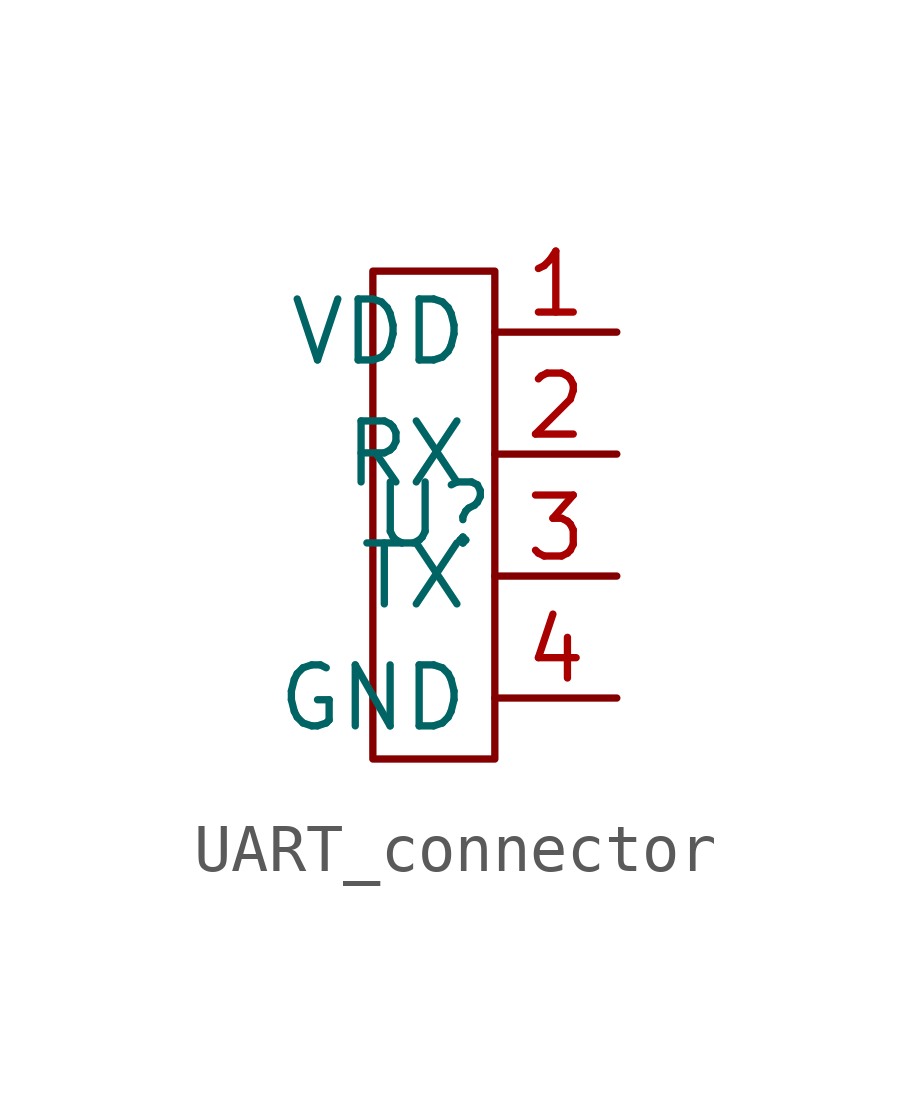
<source format=kicad_sym>
(kicad_symbol_lib
  (version 20241209)
  (generator "kicad_symbol_editor")
  (generator_version "9.0")
  (symbol "UART_connector"
    (property "Reference" "U"
      (at 0 0 0)
      (effects (font (size 1.27 1.27))))
    (property "Value" ""
      (at 0 0 0)
      (effects (font (size 1.27 1.27))))
    (symbol "UART_connector_0_1"
      (rectangle (start -1.27 5.08) (end 1.27 -5.08) (stroke (width 0) (type default)) (fill (type none))))
    (symbol "UART_connector_1_1"
      (pin power_in line (at 3.81 3.81 180) (length 2.54) (name "VDD" (effects (font (size 1.27 1.27)))) (number "1" (effects (font (size 1.27 1.27)))))
      (pin input line (at 3.81 1.27 180) (length 2.54) (name "RX" (effects (font (size 1.27 1.27)))) (number "2" (effects (font (size 1.27 1.27)))))
      (pin output line (at 3.81 -1.27 180) (length 2.54) (name "TX" (effects (font (size 1.27 1.27)))) (number "3" (effects (font (size 1.27 1.27)))))
      (pin power_in line (at 3.81 -3.81 180) (length 2.54) (name "GND" (effects (font (size 1.27 1.27)))) (number "4" (effects (font (size 1.27 1.27))))))))
</source>
